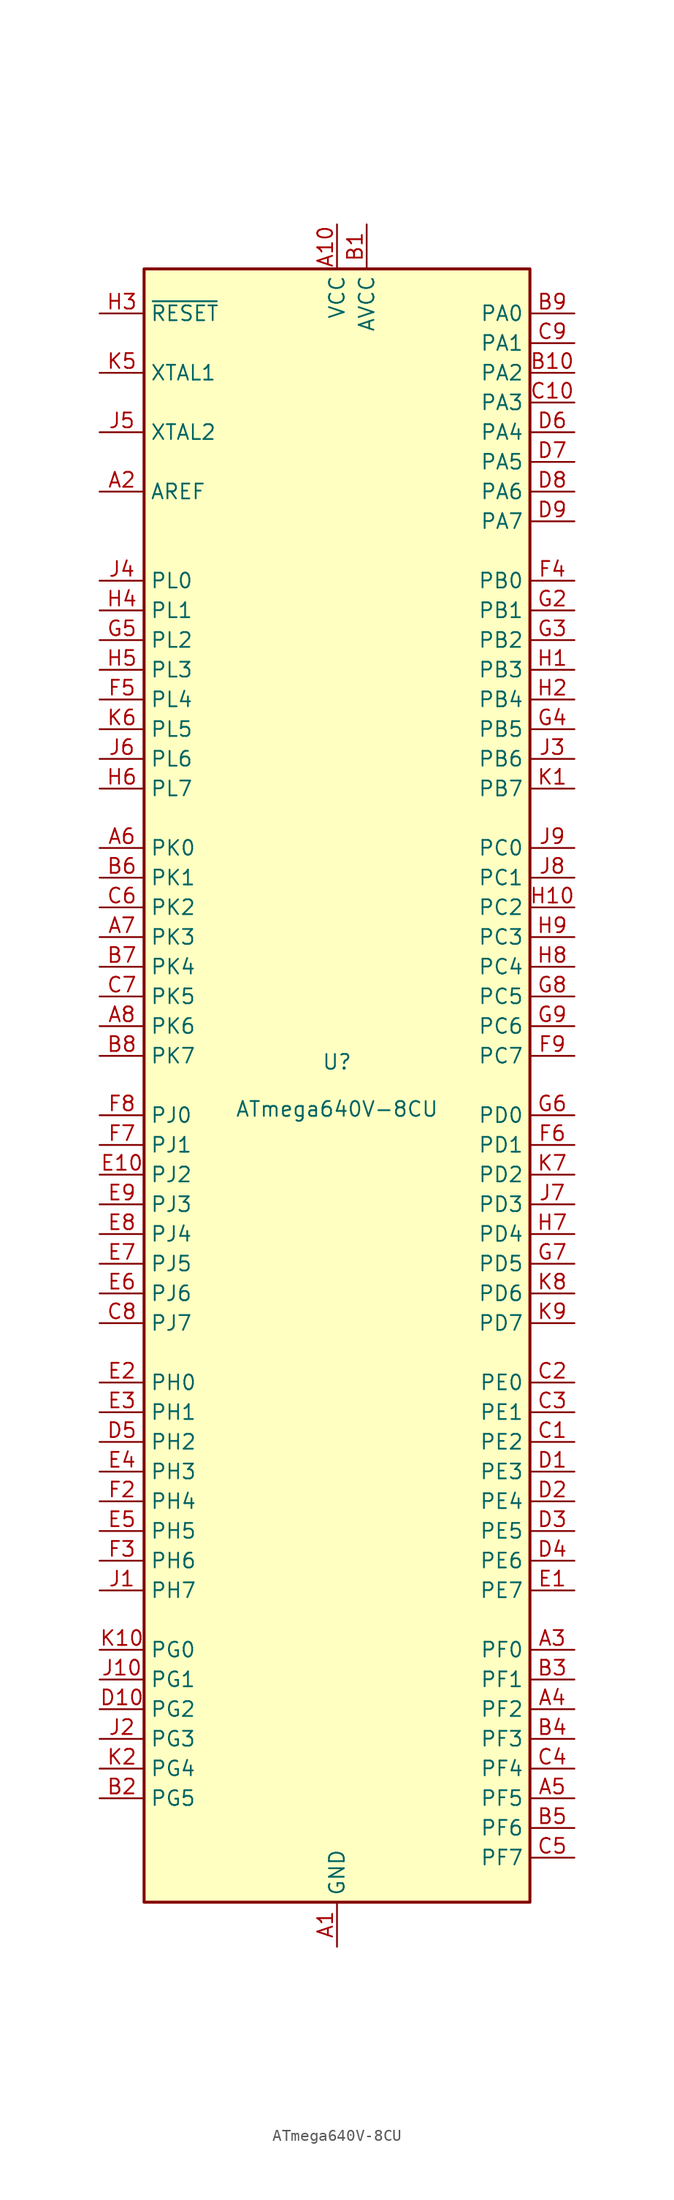
<source format=kicad_sym>
(kicad_symbol_lib
  (version 20211014)
  (generator kicad_symbol_editor)
  (symbol "ATmega640V-8CU"
    (property "Reference" "U"
      (at 0 1.27 0)
      (effects (font (size 1.27 1.27)) (justify bottom)))
    (property "Value" "ATmega640V-8CU"
      (at 0 -1.27 0)
      (effects (font (size 1.27 1.27)) (justify top)))
    (symbol "ATmega640V-8CU_0_1"
      (rectangle (start -16.51 -69.85) (end 16.51 69.85) (stroke (width 0.254) (type default) (color 0 0 0 0)) (fill (type background))))
    (symbol "ATmega640V-8CU_1_1"
      (pin power_in line (at 0 -73.66 90) (length 3.81) (name "GND" (effects (font (size 1.27 1.27)))) (number "A1" (effects (font (size 1.27 1.27)))))
      (pin power_in line (at 0 73.66 270) (length 3.81) (name "VCC" (effects (font (size 1.27 1.27)))) (number "A10" (effects (font (size 1.27 1.27)))))
      (pin passive line (at -20.32 50.8 0) (length 3.81) (name "AREF" (effects (font (size 1.27 1.27)))) (number "A2" (effects (font (size 1.27 1.27)))))
      (pin bidirectional line (at 20.32 -48.26 180) (length 3.81) (name "PF0" (effects (font (size 1.27 1.27)))) (number "A3" (effects (font (size 1.27 1.27)))))
      (pin bidirectional line (at 20.32 -53.34 180) (length 3.81) (name "PF2" (effects (font (size 1.27 1.27)))) (number "A4" (effects (font (size 1.27 1.27)))))
      (pin bidirectional line (at 20.32 -60.96 180) (length 3.81) (name "PF5" (effects (font (size 1.27 1.27)))) (number "A5" (effects (font (size 1.27 1.27)))))
      (pin bidirectional line (at -20.32 20.32 0) (length 3.81) (name "PK0" (effects (font (size 1.27 1.27)))) (number "A6" (effects (font (size 1.27 1.27)))))
      (pin bidirectional line (at -20.32 12.7 0) (length 3.81) (name "PK3" (effects (font (size 1.27 1.27)))) (number "A7" (effects (font (size 1.27 1.27)))))
      (pin bidirectional line (at -20.32 5.08 0) (length 3.81) (name "PK6" (effects (font (size 1.27 1.27)))) (number "A8" (effects (font (size 1.27 1.27)))))
      (pin passive line (at 0 -73.66 90) (length 3.81) hide (name "GND" (effects (font (size 1.27 1.27)))) (number "A9" (effects (font (size 1.27 1.27)))))
      (pin power_in line (at 2.54 73.66 270) (length 3.81) (name "AVCC" (effects (font (size 1.27 1.27)))) (number "B1" (effects (font (size 1.27 1.27)))))
      (pin bidirectional line (at 20.32 60.96 180) (length 3.81) (name "PA2" (effects (font (size 1.27 1.27)))) (number "B10" (effects (font (size 1.27 1.27)))))
      (pin bidirectional line (at -20.32 -60.96 0) (length 3.81) (name "PG5" (effects (font (size 1.27 1.27)))) (number "B2" (effects (font (size 1.27 1.27)))))
      (pin bidirectional line (at 20.32 -50.8 180) (length 3.81) (name "PF1" (effects (font (size 1.27 1.27)))) (number "B3" (effects (font (size 1.27 1.27)))))
      (pin bidirectional line (at 20.32 -55.88 180) (length 3.81) (name "PF3" (effects (font (size 1.27 1.27)))) (number "B4" (effects (font (size 1.27 1.27)))))
      (pin bidirectional line (at 20.32 -63.5 180) (length 3.81) (name "PF6" (effects (font (size 1.27 1.27)))) (number "B5" (effects (font (size 1.27 1.27)))))
      (pin bidirectional line (at -20.32 17.78 0) (length 3.81) (name "PK1" (effects (font (size 1.27 1.27)))) (number "B6" (effects (font (size 1.27 1.27)))))
      (pin bidirectional line (at -20.32 10.16 0) (length 3.81) (name "PK4" (effects (font (size 1.27 1.27)))) (number "B7" (effects (font (size 1.27 1.27)))))
      (pin bidirectional line (at -20.32 2.54 0) (length 3.81) (name "PK7" (effects (font (size 1.27 1.27)))) (number "B8" (effects (font (size 1.27 1.27)))))
      (pin bidirectional line (at 20.32 66.04 180) (length 3.81) (name "PA0" (effects (font (size 1.27 1.27)))) (number "B9" (effects (font (size 1.27 1.27)))))
      (pin bidirectional line (at 20.32 -30.48 180) (length 3.81) (name "PE2" (effects (font (size 1.27 1.27)))) (number "C1" (effects (font (size 1.27 1.27)))))
      (pin bidirectional line (at 20.32 58.42 180) (length 3.81) (name "PA3" (effects (font (size 1.27 1.27)))) (number "C10" (effects (font (size 1.27 1.27)))))
      (pin bidirectional line (at 20.32 -25.4 180) (length 3.81) (name "PE0" (effects (font (size 1.27 1.27)))) (number "C2" (effects (font (size 1.27 1.27)))))
      (pin bidirectional line (at 20.32 -27.94 180) (length 3.81) (name "PE1" (effects (font (size 1.27 1.27)))) (number "C3" (effects (font (size 1.27 1.27)))))
      (pin bidirectional line (at 20.32 -58.42 180) (length 3.81) (name "PF4" (effects (font (size 1.27 1.27)))) (number "C4" (effects (font (size 1.27 1.27)))))
      (pin bidirectional line (at 20.32 -66.04 180) (length 3.81) (name "PF7" (effects (font (size 1.27 1.27)))) (number "C5" (effects (font (size 1.27 1.27)))))
      (pin bidirectional line (at -20.32 15.24 0) (length 3.81) (name "PK2" (effects (font (size 1.27 1.27)))) (number "C6" (effects (font (size 1.27 1.27)))))
      (pin bidirectional line (at -20.32 7.62 0) (length 3.81) (name "PK5" (effects (font (size 1.27 1.27)))) (number "C7" (effects (font (size 1.27 1.27)))))
      (pin bidirectional line (at -20.32 -20.32 0) (length 3.81) (name "PJ7" (effects (font (size 1.27 1.27)))) (number "C8" (effects (font (size 1.27 1.27)))))
      (pin bidirectional line (at 20.32 63.5 180) (length 3.81) (name "PA1" (effects (font (size 1.27 1.27)))) (number "C9" (effects (font (size 1.27 1.27)))))
      (pin bidirectional line (at 20.32 -33.02 180) (length 3.81) (name "PE3" (effects (font (size 1.27 1.27)))) (number "D1" (effects (font (size 1.27 1.27)))))
      (pin bidirectional line (at -20.32 -53.34 0) (length 3.81) (name "PG2" (effects (font (size 1.27 1.27)))) (number "D10" (effects (font (size 1.27 1.27)))))
      (pin bidirectional line (at 20.32 -35.56 180) (length 3.81) (name "PE4" (effects (font (size 1.27 1.27)))) (number "D2" (effects (font (size 1.27 1.27)))))
      (pin bidirectional line (at 20.32 -38.1 180) (length 3.81) (name "PE5" (effects (font (size 1.27 1.27)))) (number "D3" (effects (font (size 1.27 1.27)))))
      (pin bidirectional line (at 20.32 -40.64 180) (length 3.81) (name "PE6" (effects (font (size 1.27 1.27)))) (number "D4" (effects (font (size 1.27 1.27)))))
      (pin bidirectional line (at -20.32 -30.48 0) (length 3.81) (name "PH2" (effects (font (size 1.27 1.27)))) (number "D5" (effects (font (size 1.27 1.27)))))
      (pin bidirectional line (at 20.32 55.88 180) (length 3.81) (name "PA4" (effects (font (size 1.27 1.27)))) (number "D6" (effects (font (size 1.27 1.27)))))
      (pin bidirectional line (at 20.32 53.34 180) (length 3.81) (name "PA5" (effects (font (size 1.27 1.27)))) (number "D7" (effects (font (size 1.27 1.27)))))
      (pin bidirectional line (at 20.32 50.8 180) (length 3.81) (name "PA6" (effects (font (size 1.27 1.27)))) (number "D8" (effects (font (size 1.27 1.27)))))
      (pin bidirectional line (at 20.32 48.26 180) (length 3.81) (name "PA7" (effects (font (size 1.27 1.27)))) (number "D9" (effects (font (size 1.27 1.27)))))
      (pin bidirectional line (at 20.32 -43.18 180) (length 3.81) (name "PE7" (effects (font (size 1.27 1.27)))) (number "E1" (effects (font (size 1.27 1.27)))))
      (pin bidirectional line (at -20.32 -7.62 0) (length 3.81) (name "PJ2" (effects (font (size 1.27 1.27)))) (number "E10" (effects (font (size 1.27 1.27)))))
      (pin bidirectional line (at -20.32 -25.4 0) (length 3.81) (name "PH0" (effects (font (size 1.27 1.27)))) (number "E2" (effects (font (size 1.27 1.27)))))
      (pin bidirectional line (at -20.32 -27.94 0) (length 3.81) (name "PH1" (effects (font (size 1.27 1.27)))) (number "E3" (effects (font (size 1.27 1.27)))))
      (pin bidirectional line (at -20.32 -33.02 0) (length 3.81) (name "PH3" (effects (font (size 1.27 1.27)))) (number "E4" (effects (font (size 1.27 1.27)))))
      (pin bidirectional line (at -20.32 -38.1 0) (length 3.81) (name "PH5" (effects (font (size 1.27 1.27)))) (number "E5" (effects (font (size 1.27 1.27)))))
      (pin bidirectional line (at -20.32 -17.78 0) (length 3.81) (name "PJ6" (effects (font (size 1.27 1.27)))) (number "E6" (effects (font (size 1.27 1.27)))))
      (pin bidirectional line (at -20.32 -15.24 0) (length 3.81) (name "PJ5" (effects (font (size 1.27 1.27)))) (number "E7" (effects (font (size 1.27 1.27)))))
      (pin bidirectional line (at -20.32 -12.7 0) (length 3.81) (name "PJ4" (effects (font (size 1.27 1.27)))) (number "E8" (effects (font (size 1.27 1.27)))))
      (pin bidirectional line (at -20.32 -10.16 0) (length 3.81) (name "PJ3" (effects (font (size 1.27 1.27)))) (number "E9" (effects (font (size 1.27 1.27)))))
      (pin passive line (at 0 73.66 270) (length 3.81) hide (name "VCC" (effects (font (size 1.27 1.27)))) (number "F1" (effects (font (size 1.27 1.27)))))
      (pin passive line (at 0 -73.66 90) (length 3.81) hide (name "GND" (effects (font (size 1.27 1.27)))) (number "F10" (effects (font (size 1.27 1.27)))))
      (pin bidirectional line (at -20.32 -35.56 0) (length 3.81) (name "PH4" (effects (font (size 1.27 1.27)))) (number "F2" (effects (font (size 1.27 1.27)))))
      (pin bidirectional line (at -20.32 -40.64 0) (length 3.81) (name "PH6" (effects (font (size 1.27 1.27)))) (number "F3" (effects (font (size 1.27 1.27)))))
      (pin bidirectional line (at 20.32 43.18 180) (length 3.81) (name "PB0" (effects (font (size 1.27 1.27)))) (number "F4" (effects (font (size 1.27 1.27)))))
      (pin bidirectional line (at -20.32 33.02 0) (length 3.81) (name "PL4" (effects (font (size 1.27 1.27)))) (number "F5" (effects (font (size 1.27 1.27)))))
      (pin bidirectional line (at 20.32 -5.08 180) (length 3.81) (name "PD1" (effects (font (size 1.27 1.27)))) (number "F6" (effects (font (size 1.27 1.27)))))
      (pin bidirectional line (at -20.32 -5.08 0) (length 3.81) (name "PJ1" (effects (font (size 1.27 1.27)))) (number "F7" (effects (font (size 1.27 1.27)))))
      (pin bidirectional line (at -20.32 -2.54 0) (length 3.81) (name "PJ0" (effects (font (size 1.27 1.27)))) (number "F8" (effects (font (size 1.27 1.27)))))
      (pin bidirectional line (at 20.32 2.54 180) (length 3.81) (name "PC7" (effects (font (size 1.27 1.27)))) (number "F9" (effects (font (size 1.27 1.27)))))
      (pin passive line (at 0 -73.66 90) (length 3.81) hide (name "GND" (effects (font (size 1.27 1.27)))) (number "G1" (effects (font (size 1.27 1.27)))))
      (pin passive line (at 0 73.66 270) (length 3.81) hide (name "VCC" (effects (font (size 1.27 1.27)))) (number "G10" (effects (font (size 1.27 1.27)))))
      (pin bidirectional line (at 20.32 40.64 180) (length 3.81) (name "PB1" (effects (font (size 1.27 1.27)))) (number "G2" (effects (font (size 1.27 1.27)))))
      (pin bidirectional line (at 20.32 38.1 180) (length 3.81) (name "PB2" (effects (font (size 1.27 1.27)))) (number "G3" (effects (font (size 1.27 1.27)))))
      (pin bidirectional line (at 20.32 30.48 180) (length 3.81) (name "PB5" (effects (font (size 1.27 1.27)))) (number "G4" (effects (font (size 1.27 1.27)))))
      (pin bidirectional line (at -20.32 38.1 0) (length 3.81) (name "PL2" (effects (font (size 1.27 1.27)))) (number "G5" (effects (font (size 1.27 1.27)))))
      (pin bidirectional line (at 20.32 -2.54 180) (length 3.81) (name "PD0" (effects (font (size 1.27 1.27)))) (number "G6" (effects (font (size 1.27 1.27)))))
      (pin bidirectional line (at 20.32 -15.24 180) (length 3.81) (name "PD5" (effects (font (size 1.27 1.27)))) (number "G7" (effects (font (size 1.27 1.27)))))
      (pin bidirectional line (at 20.32 7.62 180) (length 3.81) (name "PC5" (effects (font (size 1.27 1.27)))) (number "G8" (effects (font (size 1.27 1.27)))))
      (pin bidirectional line (at 20.32 5.08 180) (length 3.81) (name "PC6" (effects (font (size 1.27 1.27)))) (number "G9" (effects (font (size 1.27 1.27)))))
      (pin bidirectional line (at 20.32 35.56 180) (length 3.81) (name "PB3" (effects (font (size 1.27 1.27)))) (number "H1" (effects (font (size 1.27 1.27)))))
      (pin bidirectional line (at 20.32 15.24 180) (length 3.81) (name "PC2" (effects (font (size 1.27 1.27)))) (number "H10" (effects (font (size 1.27 1.27)))))
      (pin bidirectional line (at 20.32 33.02 180) (length 3.81) (name "PB4" (effects (font (size 1.27 1.27)))) (number "H2" (effects (font (size 1.27 1.27)))))
      (pin input line (at -20.32 66.04 0) (length 3.81) (name "~{RESET}" (effects (font (size 1.27 1.27)))) (number "H3" (effects (font (size 1.27 1.27)))))
      (pin bidirectional line (at -20.32 40.64 0) (length 3.81) (name "PL1" (effects (font (size 1.27 1.27)))) (number "H4" (effects (font (size 1.27 1.27)))))
      (pin bidirectional line (at -20.32 35.56 0) (length 3.81) (name "PL3" (effects (font (size 1.27 1.27)))) (number "H5" (effects (font (size 1.27 1.27)))))
      (pin bidirectional line (at -20.32 25.4 0) (length 3.81) (name "PL7" (effects (font (size 1.27 1.27)))) (number "H6" (effects (font (size 1.27 1.27)))))
      (pin bidirectional line (at 20.32 -12.7 180) (length 3.81) (name "PD4" (effects (font (size 1.27 1.27)))) (number "H7" (effects (font (size 1.27 1.27)))))
      (pin bidirectional line (at 20.32 10.16 180) (length 3.81) (name "PC4" (effects (font (size 1.27 1.27)))) (number "H8" (effects (font (size 1.27 1.27)))))
      (pin bidirectional line (at 20.32 12.7 180) (length 3.81) (name "PC3" (effects (font (size 1.27 1.27)))) (number "H9" (effects (font (size 1.27 1.27)))))
      (pin bidirectional line (at -20.32 -43.18 0) (length 3.81) (name "PH7" (effects (font (size 1.27 1.27)))) (number "J1" (effects (font (size 1.27 1.27)))))
      (pin bidirectional line (at -20.32 -50.8 0) (length 3.81) (name "PG1" (effects (font (size 1.27 1.27)))) (number "J10" (effects (font (size 1.27 1.27)))))
      (pin bidirectional line (at -20.32 -55.88 0) (length 3.81) (name "PG3" (effects (font (size 1.27 1.27)))) (number "J2" (effects (font (size 1.27 1.27)))))
      (pin bidirectional line (at 20.32 27.94 180) (length 3.81) (name "PB6" (effects (font (size 1.27 1.27)))) (number "J3" (effects (font (size 1.27 1.27)))))
      (pin bidirectional line (at -20.32 43.18 0) (length 3.81) (name "PL0" (effects (font (size 1.27 1.27)))) (number "J4" (effects (font (size 1.27 1.27)))))
      (pin output line (at -20.32 55.88 0) (length 3.81) (name "XTAL2" (effects (font (size 1.27 1.27)))) (number "J5" (effects (font (size 1.27 1.27)))))
      (pin bidirectional line (at -20.32 27.94 0) (length 3.81) (name "PL6" (effects (font (size 1.27 1.27)))) (number "J6" (effects (font (size 1.27 1.27)))))
      (pin bidirectional line (at 20.32 -10.16 180) (length 3.81) (name "PD3" (effects (font (size 1.27 1.27)))) (number "J7" (effects (font (size 1.27 1.27)))))
      (pin bidirectional line (at 20.32 17.78 180) (length 3.81) (name "PC1" (effects (font (size 1.27 1.27)))) (number "J8" (effects (font (size 1.27 1.27)))))
      (pin bidirectional line (at 20.32 20.32 180) (length 3.81) (name "PC0" (effects (font (size 1.27 1.27)))) (number "J9" (effects (font (size 1.27 1.27)))))
      (pin bidirectional line (at 20.32 25.4 180) (length 3.81) (name "PB7" (effects (font (size 1.27 1.27)))) (number "K1" (effects (font (size 1.27 1.27)))))
      (pin bidirectional line (at -20.32 -48.26 0) (length 3.81) (name "PG0" (effects (font (size 1.27 1.27)))) (number "K10" (effects (font (size 1.27 1.27)))))
      (pin bidirectional line (at -20.32 -58.42 0) (length 3.81) (name "PG4" (effects (font (size 1.27 1.27)))) (number "K2" (effects (font (size 1.27 1.27)))))
      (pin passive line (at 0 73.66 270) (length 3.81) hide (name "VCC" (effects (font (size 1.27 1.27)))) (number "K3" (effects (font (size 1.27 1.27)))))
      (pin passive line (at 0 -73.66 90) (length 3.81) hide (name "GND" (effects (font (size 1.27 1.27)))) (number "K4" (effects (font (size 1.27 1.27)))))
      (pin input line (at -20.32 60.96 0) (length 3.81) (name "XTAL1" (effects (font (size 1.27 1.27)))) (number "K5" (effects (font (size 1.27 1.27)))))
      (pin bidirectional line (at -20.32 30.48 0) (length 3.81) (name "PL5" (effects (font (size 1.27 1.27)))) (number "K6" (effects (font (size 1.27 1.27)))))
      (pin bidirectional line (at 20.32 -7.62 180) (length 3.81) (name "PD2" (effects (font (size 1.27 1.27)))) (number "K7" (effects (font (size 1.27 1.27)))))
      (pin bidirectional line (at 20.32 -17.78 180) (length 3.81) (name "PD6" (effects (font (size 1.27 1.27)))) (number "K8" (effects (font (size 1.27 1.27)))))
      (pin bidirectional line (at 20.32 -20.32 180) (length 3.81) (name "PD7" (effects (font (size 1.27 1.27)))) (number "K9" (effects (font (size 1.27 1.27))))))))
</source>
